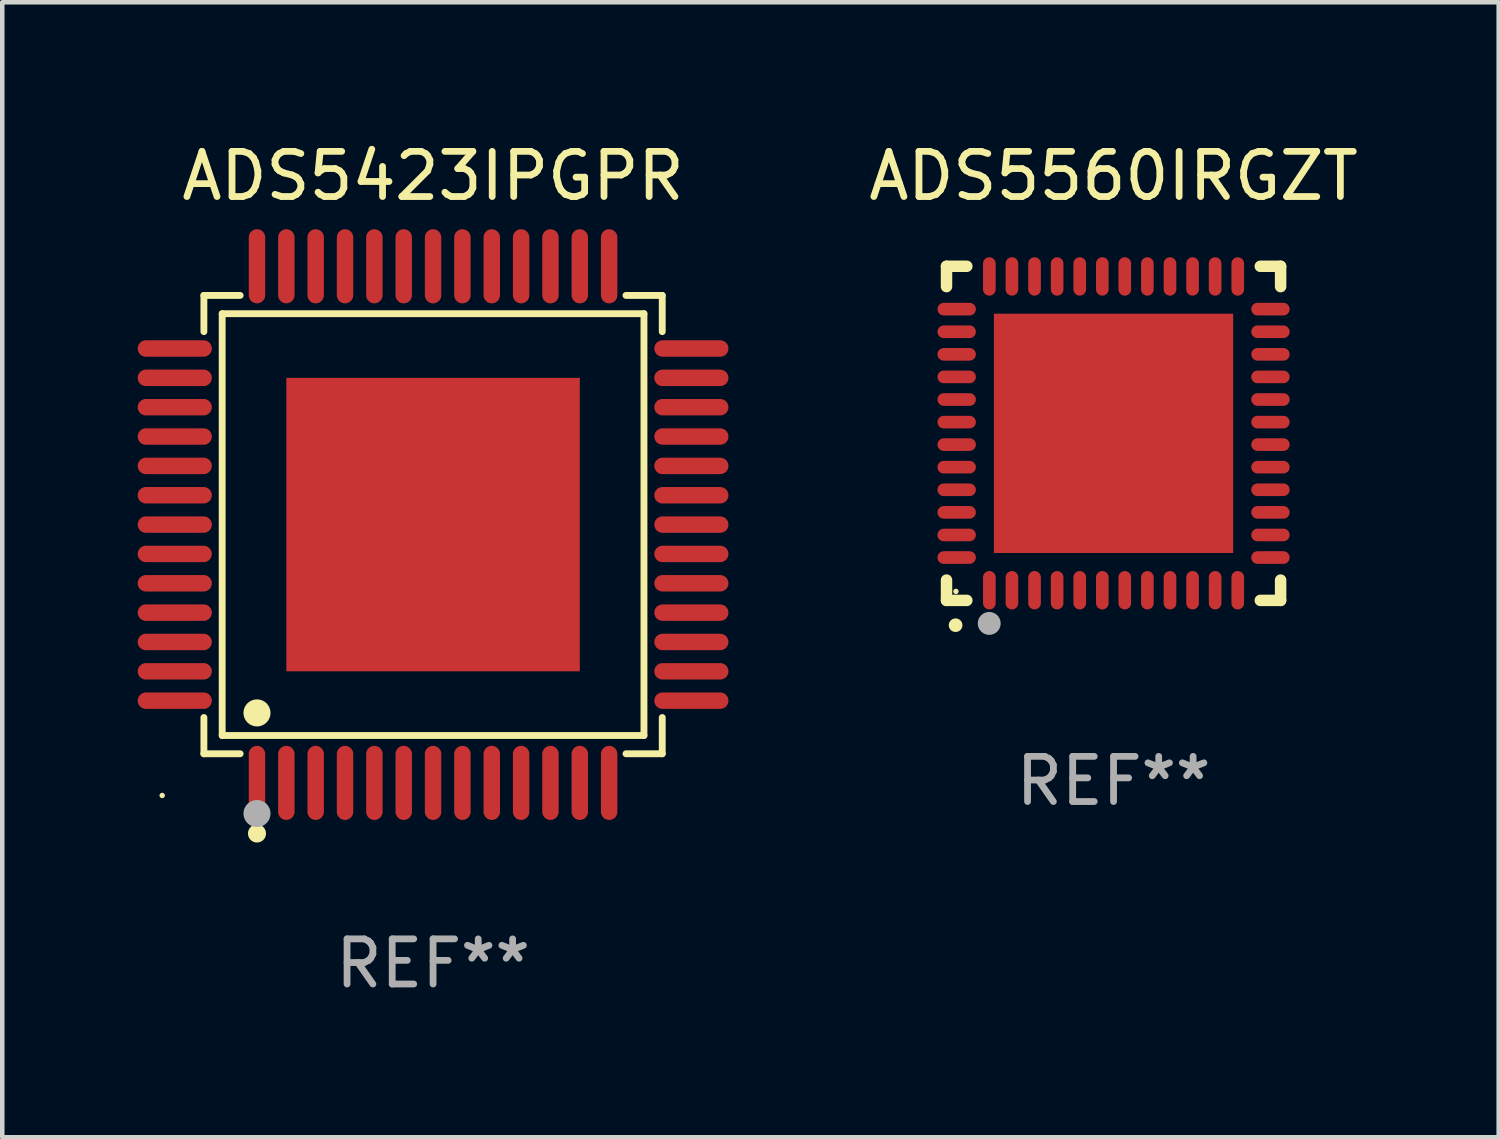
<source format=kicad_pcb>
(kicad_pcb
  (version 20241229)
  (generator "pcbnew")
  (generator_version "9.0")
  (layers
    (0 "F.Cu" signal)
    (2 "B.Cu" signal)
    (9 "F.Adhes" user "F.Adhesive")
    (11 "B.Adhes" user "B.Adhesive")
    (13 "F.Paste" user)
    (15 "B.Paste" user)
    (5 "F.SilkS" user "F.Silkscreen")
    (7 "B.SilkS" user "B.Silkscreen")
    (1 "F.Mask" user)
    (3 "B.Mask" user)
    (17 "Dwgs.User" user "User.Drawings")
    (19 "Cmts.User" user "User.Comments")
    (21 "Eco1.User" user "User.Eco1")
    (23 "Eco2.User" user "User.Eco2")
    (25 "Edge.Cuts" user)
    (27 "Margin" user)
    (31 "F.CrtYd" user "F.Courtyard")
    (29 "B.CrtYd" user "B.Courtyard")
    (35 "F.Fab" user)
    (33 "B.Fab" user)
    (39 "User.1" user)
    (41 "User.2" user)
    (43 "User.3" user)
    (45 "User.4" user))
  (footprint "ADS5560IRGZT"
    (layer "F.Cu")
    (at 21.614 6.548)
    (property "Reference" "ADS5560IRGZT" (at 0 -5.7 0) (layer "F.SilkS") (effects (font (size 1 1) (thickness 0.15))))
    (attr through_hole)
    (fp_line (start -3.7 -3.7) (end -3.25 -3.7) (stroke (width 0.254) (type solid)) (layer "F.SilkS"))
    (fp_line (start -3.7 -3.25) (end -3.7 -3.7) (stroke (width 0.254) (type solid)) (layer "F.SilkS"))
    (fp_line (start -3.7 3.7) (end -3.7 3.25) (stroke (width 0.254) (type solid)) (layer "F.SilkS"))
    (fp_line (start -3.25 3.7) (end -3.7 3.7) (stroke (width 0.254) (type solid)) (layer "F.SilkS"))
    (fp_line (start 3.25 3.7) (end 3.7 3.7) (stroke (width 0.254) (type solid)) (layer "F.SilkS"))
    (fp_line (start 3.7 -3.7) (end 3.25 -3.7) (stroke (width 0.254) (type solid)) (layer "F.SilkS"))
    (fp_line (start 3.7 -3.25) (end 3.7 -3.7) (stroke (width 0.254) (type solid)) (layer "F.SilkS"))
    (fp_line (start 3.7 3.7) (end 3.7 3.25) (stroke (width 0.254) (type solid)) (layer "F.SilkS"))
    (fp_arc (start -3.500127 4.249428) (mid -3.498857 4.249423) (end -3.497587 4.249428) (stroke (width 0.3) (type solid)) (layer "F.SilkS"))
    (fp_circle (center -3.491 3.501) (end -3.461 3.501) (stroke (width 0.06) (type solid)) (fill no) (layer "F.SilkS"))
    (fp_circle (center -2.754 4.21) (end -2.627 4.21) (stroke (width 0.254) (type solid)) (fill no) (layer "F.Fab"))
    (fp_text user "REF**" (at 0 7.7 0) (layer "F.Fab") (effects (font (size 1 1) (thickness 0.15))))
    (pad "1" smd oval (at -2.751 3.475) (size 0.28 0.85) (layers "F.Cu" "F.Mask" "F.Paste"))
    (pad "2" smd oval (at -2.251 3.475) (size 0.28 0.85) (layers "F.Cu" "F.Mask" "F.Paste"))
    (pad "3" smd oval (at -1.75 3.475) (size 0.28 0.85) (layers "F.Cu" "F.Mask" "F.Paste"))
    (pad "4" smd oval (at -1.25 3.475) (size 0.28 0.85) (layers "F.Cu" "F.Mask" "F.Paste"))
    (pad "5" smd oval (at -0.749 3.475) (size 0.28 0.85) (layers "F.Cu" "F.Mask" "F.Paste"))
    (pad "6" smd oval (at -0.249 3.475) (size 0.28 0.85) (layers "F.Cu" "F.Mask" "F.Paste"))
    (pad "7" smd oval (at 0.249 3.475) (size 0.28 0.85) (layers "F.Cu" "F.Mask" "F.Paste"))
    (pad "8" smd oval (at 0.749 3.475) (size 0.28 0.85) (layers "F.Cu" "F.Mask" "F.Paste"))
    (pad "9" smd oval (at 1.25 3.475) (size 0.28 0.85) (layers "F.Cu" "F.Mask" "F.Paste"))
    (pad "10" smd oval (at 1.75 3.475) (size 0.28 0.85) (layers "F.Cu" "F.Mask" "F.Paste"))
    (pad "11" smd oval (at 2.25 3.475) (size 0.28 0.85) (layers "F.Cu" "F.Mask" "F.Paste"))
    (pad "12" smd oval (at 2.751 3.475) (size 0.28 0.85) (layers "F.Cu" "F.Mask" "F.Paste"))
    (pad "13" smd oval (at 3.475 2.751) (size 0.85 0.28) (layers "F.Cu" "F.Mask" "F.Paste"))
    (pad "14" smd oval (at 3.475 2.251) (size 0.85 0.28) (layers "F.Cu" "F.Mask" "F.Paste"))
    (pad "15" smd oval (at 3.475 1.75) (size 0.85 0.28) (layers "F.Cu" "F.Mask" "F.Paste"))
    (pad "16" smd oval (at 3.475 1.25) (size 0.85 0.28) (layers "F.Cu" "F.Mask" "F.Paste"))
    (pad "17" smd oval (at 3.475 0.749) (size 0.85 0.28) (layers "F.Cu" "F.Mask" "F.Paste"))
    (pad "18" smd oval (at 3.475 0.249) (size 0.85 0.28) (layers "F.Cu" "F.Mask" "F.Paste"))
    (pad "19" smd oval (at 3.475 -0.249) (size 0.85 0.28) (layers "F.Cu" "F.Mask" "F.Paste"))
    (pad "20" smd oval (at 3.475 -0.749) (size 0.85 0.28) (layers "F.Cu" "F.Mask" "F.Paste"))
    (pad "21" smd oval (at 3.475 -1.25) (size 0.85 0.28) (layers "F.Cu" "F.Mask" "F.Paste"))
    (pad "22" smd oval (at 3.475 -1.75) (size 0.85 0.28) (layers "F.Cu" "F.Mask" "F.Paste"))
    (pad "23" smd oval (at 3.475 -2.25) (size 0.85 0.28) (layers "F.Cu" "F.Mask" "F.Paste"))
    (pad "24" smd oval (at 3.475 -2.751) (size 0.85 0.28) (layers "F.Cu" "F.Mask" "F.Paste"))
    (pad "25" smd oval (at 2.751 -3.475) (size 0.28 0.85) (layers "F.Cu" "F.Mask" "F.Paste"))
    (pad "26" smd oval (at 2.25 -3.475) (size 0.28 0.85) (layers "F.Cu" "F.Mask" "F.Paste"))
    (pad "27" smd oval (at 1.75 -3.475) (size 0.28 0.85) (layers "F.Cu" "F.Mask" "F.Paste"))
    (pad "28" smd oval (at 1.25 -3.475) (size 0.28 0.85) (layers "F.Cu" "F.Mask" "F.Paste"))
    (pad "29" smd oval (at 0.749 -3.475) (size 0.28 0.85) (layers "F.Cu" "F.Mask" "F.Paste"))
    (pad "30" smd oval (at 0.249 -3.475) (size 0.28 0.85) (layers "F.Cu" "F.Mask" "F.Paste"))
    (pad "31" smd oval (at -0.249 -3.475) (size 0.28 0.85) (layers "F.Cu" "F.Mask" "F.Paste"))
    (pad "32" smd oval (at -0.749 -3.475) (size 0.28 0.85) (layers "F.Cu" "F.Mask" "F.Paste"))
    (pad "33" smd oval (at -1.25 -3.475) (size 0.28 0.85) (layers "F.Cu" "F.Mask" "F.Paste"))
    (pad "34" smd oval (at -1.75 -3.475) (size 0.28 0.85) (layers "F.Cu" "F.Mask" "F.Paste"))
    (pad "35" smd oval (at -2.251 -3.475) (size 0.28 0.85) (layers "F.Cu" "F.Mask" "F.Paste"))
    (pad "36" smd oval (at -2.751 -3.475) (size 0.28 0.85) (layers "F.Cu" "F.Mask" "F.Paste"))
    (pad "37" smd oval (at -3.475 -2.751) (size 0.85 0.28) (layers "F.Cu" "F.Mask" "F.Paste"))
    (pad "38" smd oval (at -3.475 -2.25) (size 0.85 0.28) (layers "F.Cu" "F.Mask" "F.Paste"))
    (pad "39" smd oval (at -3.475 -1.75) (size 0.85 0.28) (layers "F.Cu" "F.Mask" "F.Paste"))
    (pad "40" smd oval (at -3.475 -1.25) (size 0.85 0.28) (layers "F.Cu" "F.Mask" "F.Paste"))
    (pad "41" smd oval (at -3.475 -0.749) (size 0.85 0.28) (layers "F.Cu" "F.Mask" "F.Paste"))
    (pad "42" smd oval (at -3.475 -0.249) (size 0.85 0.28) (layers "F.Cu" "F.Mask" "F.Paste"))
    (pad "43" smd oval (at -3.475 0.249) (size 0.85 0.28) (layers "F.Cu" "F.Mask" "F.Paste"))
    (pad "44" smd oval (at -3.475 0.749) (size 0.85 0.28) (layers "F.Cu" "F.Mask" "F.Paste"))
    (pad "45" smd oval (at -3.475 1.25) (size 0.85 0.28) (layers "F.Cu" "F.Mask" "F.Paste"))
    (pad "46" smd oval (at -3.475 1.75) (size 0.85 0.28) (layers "F.Cu" "F.Mask" "F.Paste"))
    (pad "47" smd oval (at -3.475 2.251) (size 0.85 0.28) (layers "F.Cu" "F.Mask" "F.Paste"))
    (pad "48" smd oval (at -3.475 2.751) (size 0.85 0.28) (layers "F.Cu" "F.Mask" "F.Paste"))
    (pad "49" smd rect (at -0.000102 0.000102) (size 5.3 5.3) (layers "F.Cu" "F.Mask" "F.Paste")))
  (footprint "ADS5423IPGPR"
    (layer "F.Cu")
    (at 6.542 8.569)
    (property "Reference" "ADS5423IPGPR" (at 0 -7.721 0) (layer "F.SilkS") (effects (font (size 1 1) (thickness 0.15))))
    (attr through_hole)
    (fp_line (start -5.076 -5.076) (end -4.273 -5.076) (stroke (width 0.152) (type solid)) (layer "F.SilkS"))
    (fp_line (start -5.076 -4.273) (end -5.076 -5.076) (stroke (width 0.152) (type solid)) (layer "F.SilkS"))
    (fp_line (start -5.076 4.273) (end -5.076 5.076) (stroke (width 0.152) (type solid)) (layer "F.SilkS"))
    (fp_line (start -5.076 5.076) (end -4.273 5.076) (stroke (width 0.152) (type solid)) (layer "F.SilkS"))
    (fp_line (start -4.671 -4.671) (end 4.671 -4.671) (stroke (width 0.152) (type solid)) (layer "F.SilkS"))
    (fp_line (start -4.671 4.671) (end -4.671 -4.671) (stroke (width 0.152) (type solid)) (layer "F.SilkS"))
    (fp_line (start 4.671 -4.671) (end 4.671 4.671) (stroke (width 0.152) (type solid)) (layer "F.SilkS"))
    (fp_line (start 4.671 4.671) (end -4.671 4.671) (stroke (width 0.152) (type solid)) (layer "F.SilkS"))
    (fp_line (start 5.076 -5.076) (end 4.273 -5.076) (stroke (width 0.152) (type solid)) (layer "F.SilkS"))
    (fp_line (start 5.076 -4.273) (end 5.076 -5.076) (stroke (width 0.152) (type solid)) (layer "F.SilkS"))
    (fp_line (start 5.076 4.273) (end 5.076 5.076) (stroke (width 0.152) (type solid)) (layer "F.SilkS"))
    (fp_line (start 5.076 5.076) (end 4.273 5.076) (stroke (width 0.152) (type solid)) (layer "F.SilkS"))
    (fp_circle (center -6 6) (end -5.97 6) (stroke (width 0.06) (type solid)) (fill no) (layer "F.SilkS"))
    (fp_circle (center -3.9 4.171) (end -3.75 4.171) (stroke (width 0.3) (type solid)) (fill no) (layer "F.SilkS"))
    (fp_circle (center -3.9 6.842) (end -3.8 6.842) (stroke (width 0.2) (type solid)) (fill no) (layer "F.SilkS"))
    (fp_circle (center -3.9 6.4) (end -3.75 6.4) (stroke (width 0.3) (type solid)) (fill no) (layer "F.Fab"))
    (fp_text user "REF**" (at 0 9.721 0) (layer "F.Fab") (effects (font (size 1 1) (thickness 0.15))))
    (pad "1" smd oval (at -3.9 5.721) (size 0.364 1.642) (layers "F.Cu" "F.Mask" "F.Paste"))
    (pad "2" smd oval (at -3.25 5.721) (size 0.364 1.642) (layers "F.Cu" "F.Mask" "F.Paste"))
    (pad "3" smd oval (at -2.6 5.721) (size 0.364 1.642) (layers "F.Cu" "F.Mask" "F.Paste"))
    (pad "4" smd oval (at -1.95 5.721) (size 0.364 1.642) (layers "F.Cu" "F.Mask" "F.Paste"))
    (pad "5" smd oval (at -1.3 5.721) (size 0.364 1.642) (layers "F.Cu" "F.Mask" "F.Paste"))
    (pad "6" smd oval (at -0.65 5.721) (size 0.364 1.642) (layers "F.Cu" "F.Mask" "F.Paste"))
    (pad "7" smd oval (at 0 5.721) (size 0.364 1.642) (layers "F.Cu" "F.Mask" "F.Paste"))
    (pad "8" smd oval (at 0.65 5.721) (size 0.364 1.642) (layers "F.Cu" "F.Mask" "F.Paste"))
    (pad "9" smd oval (at 1.3 5.721) (size 0.364 1.642) (layers "F.Cu" "F.Mask" "F.Paste"))
    (pad "10" smd oval (at 1.95 5.721) (size 0.364 1.642) (layers "F.Cu" "F.Mask" "F.Paste"))
    (pad "11" smd oval (at 2.6 5.721) (size 0.364 1.642) (layers "F.Cu" "F.Mask" "F.Paste"))
    (pad "12" smd oval (at 3.25 5.721) (size 0.364 1.642) (layers "F.Cu" "F.Mask" "F.Paste"))
    (pad "13" smd oval (at 3.9 5.721) (size 0.364 1.642) (layers "F.Cu" "F.Mask" "F.Paste"))
    (pad "14" smd oval (at 5.721 3.9) (size 1.642 0.364) (layers "F.Cu" "F.Mask" "F.Paste"))
    (pad "15" smd oval (at 5.721 3.25) (size 1.642 0.364) (layers "F.Cu" "F.Mask" "F.Paste"))
    (pad "16" smd oval (at 5.721 2.6) (size 1.642 0.364) (layers "F.Cu" "F.Mask" "F.Paste"))
    (pad "17" smd oval (at 5.721 1.95) (size 1.642 0.364) (layers "F.Cu" "F.Mask" "F.Paste"))
    (pad "18" smd oval (at 5.721 1.3) (size 1.642 0.364) (layers "F.Cu" "F.Mask" "F.Paste"))
    (pad "19" smd oval (at 5.721 0.65) (size 1.642 0.364) (layers "F.Cu" "F.Mask" "F.Paste"))
    (pad "20" smd oval (at 5.721 0) (size 1.642 0.364) (layers "F.Cu" "F.Mask" "F.Paste"))
    (pad "21" smd oval (at 5.721 -0.65) (size 1.642 0.364) (layers "F.Cu" "F.Mask" "F.Paste"))
    (pad "22" smd oval (at 5.721 -1.3) (size 1.642 0.364) (layers "F.Cu" "F.Mask" "F.Paste"))
    (pad "23" smd oval (at 5.721 -1.95) (size 1.642 0.364) (layers "F.Cu" "F.Mask" "F.Paste"))
    (pad "24" smd oval (at 5.721 -2.6) (size 1.642 0.364) (layers "F.Cu" "F.Mask" "F.Paste"))
    (pad "25" smd oval (at 5.721 -3.25) (size 1.642 0.364) (layers "F.Cu" "F.Mask" "F.Paste"))
    (pad "26" smd oval (at 5.721 -3.9) (size 1.642 0.364) (layers "F.Cu" "F.Mask" "F.Paste"))
    (pad "27" smd oval (at 3.9 -5.721) (size 0.364 1.642) (layers "F.Cu" "F.Mask" "F.Paste"))
    (pad "28" smd oval (at 3.25 -5.721) (size 0.364 1.642) (layers "F.Cu" "F.Mask" "F.Paste"))
    (pad "29" smd oval (at 2.6 -5.721) (size 0.364 1.642) (layers "F.Cu" "F.Mask" "F.Paste"))
    (pad "30" smd oval (at 1.95 -5.721) (size 0.364 1.642) (layers "F.Cu" "F.Mask" "F.Paste"))
    (pad "31" smd oval (at 1.3 -5.721) (size 0.364 1.642) (layers "F.Cu" "F.Mask" "F.Paste"))
    (pad "32" smd oval (at 0.65 -5.721) (size 0.364 1.642) (layers "F.Cu" "F.Mask" "F.Paste"))
    (pad "33" smd oval (at 0 -5.721) (size 0.364 1.642) (layers "F.Cu" "F.Mask" "F.Paste"))
    (pad "34" smd oval (at -0.65 -5.721) (size 0.364 1.642) (layers "F.Cu" "F.Mask" "F.Paste"))
    (pad "35" smd oval (at -1.3 -5.721) (size 0.364 1.642) (layers "F.Cu" "F.Mask" "F.Paste"))
    (pad "36" smd oval (at -1.95 -5.721) (size 0.364 1.642) (layers "F.Cu" "F.Mask" "F.Paste"))
    (pad "37" smd oval (at -2.6 -5.721) (size 0.364 1.642) (layers "F.Cu" "F.Mask" "F.Paste"))
    (pad "38" smd oval (at -3.25 -5.721) (size 0.364 1.642) (layers "F.Cu" "F.Mask" "F.Paste"))
    (pad "39" smd oval (at -3.9 -5.721) (size 0.364 1.642) (layers "F.Cu" "F.Mask" "F.Paste"))
    (pad "40" smd oval (at -5.721 -3.9) (size 1.642 0.364) (layers "F.Cu" "F.Mask" "F.Paste"))
    (pad "41" smd oval (at -5.721 -3.25) (size 1.642 0.364) (layers "F.Cu" "F.Mask" "F.Paste"))
    (pad "42" smd oval (at -5.721 -2.6) (size 1.642 0.364) (layers "F.Cu" "F.Mask" "F.Paste"))
    (pad "43" smd oval (at -5.721 -1.95) (size 1.642 0.364) (layers "F.Cu" "F.Mask" "F.Paste"))
    (pad "44" smd oval (at -5.721 -1.3) (size 1.642 0.364) (layers "F.Cu" "F.Mask" "F.Paste"))
    (pad "45" smd oval (at -5.721 -0.65) (size 1.642 0.364) (layers "F.Cu" "F.Mask" "F.Paste"))
    (pad "46" smd oval (at -5.721 0) (size 1.642 0.364) (layers "F.Cu" "F.Mask" "F.Paste"))
    (pad "47" smd oval (at -5.721 0.65) (size 1.642 0.364) (layers "F.Cu" "F.Mask" "F.Paste"))
    (pad "48" smd oval (at -5.721 1.3) (size 1.642 0.364) (layers "F.Cu" "F.Mask" "F.Paste"))
    (pad "49" smd oval (at -5.721 1.95) (size 1.642 0.364) (layers "F.Cu" "F.Mask" "F.Paste"))
    (pad "50" smd oval (at -5.721 2.6) (size 1.642 0.364) (layers "F.Cu" "F.Mask" "F.Paste"))
    (pad "51" smd oval (at -5.721 3.25) (size 1.642 0.364) (layers "F.Cu" "F.Mask" "F.Paste"))
    (pad "52" smd oval (at -5.721 3.9) (size 1.642 0.364) (layers "F.Cu" "F.Mask" "F.Paste"))
    (pad "53" smd rect (at 0 0) (size 6.5 6.5) (layers "F.Cu" "F.Mask" "F.Paste")))
  (gr_rect
    (start -3 -3)
    (end 30.144 22.139)
    (stroke (width 0.1) (type default))
    (fill no)
    (layer "Edge.Cuts")))
</source>
